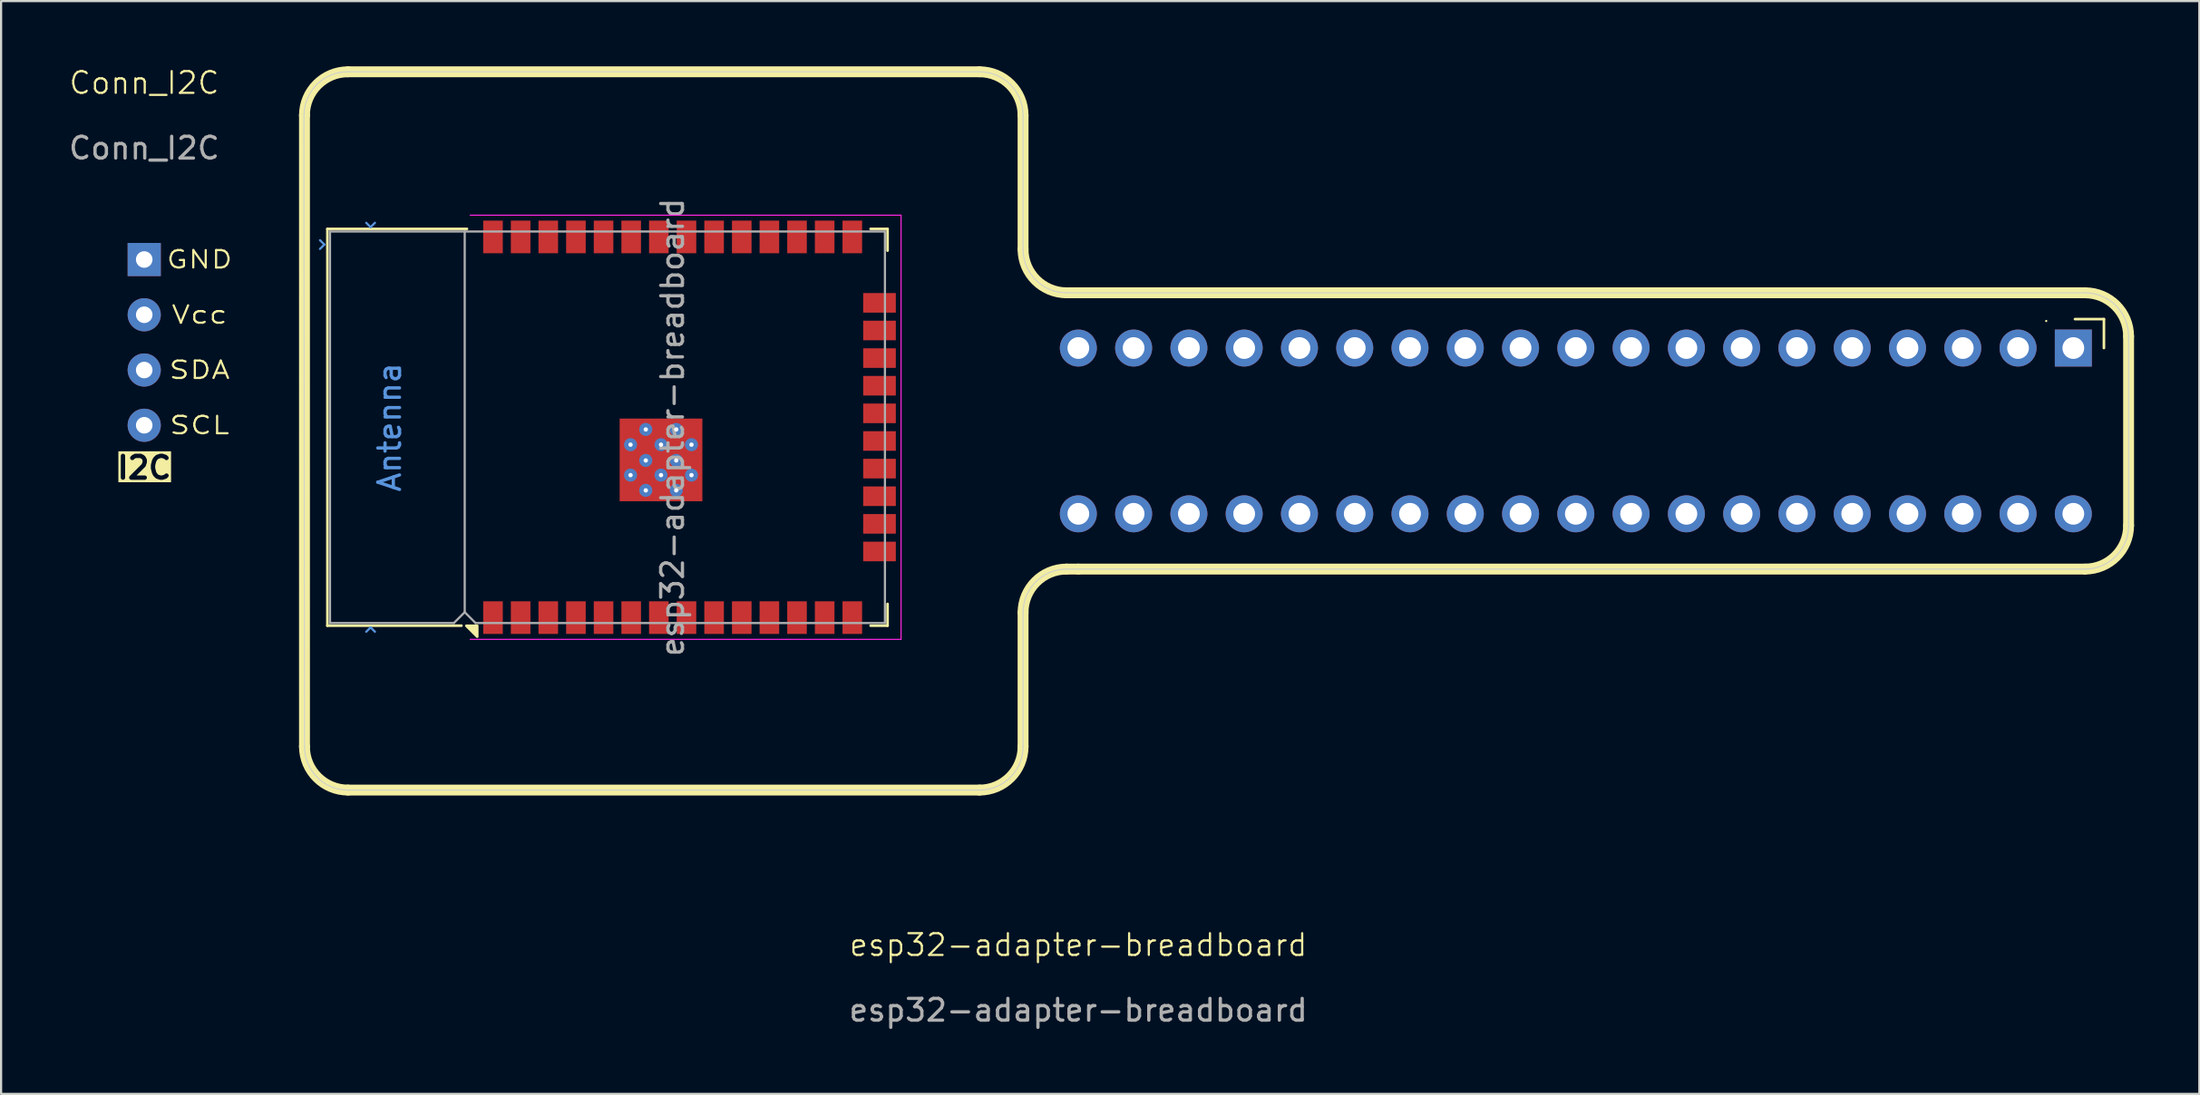
<source format=kicad_pcb>
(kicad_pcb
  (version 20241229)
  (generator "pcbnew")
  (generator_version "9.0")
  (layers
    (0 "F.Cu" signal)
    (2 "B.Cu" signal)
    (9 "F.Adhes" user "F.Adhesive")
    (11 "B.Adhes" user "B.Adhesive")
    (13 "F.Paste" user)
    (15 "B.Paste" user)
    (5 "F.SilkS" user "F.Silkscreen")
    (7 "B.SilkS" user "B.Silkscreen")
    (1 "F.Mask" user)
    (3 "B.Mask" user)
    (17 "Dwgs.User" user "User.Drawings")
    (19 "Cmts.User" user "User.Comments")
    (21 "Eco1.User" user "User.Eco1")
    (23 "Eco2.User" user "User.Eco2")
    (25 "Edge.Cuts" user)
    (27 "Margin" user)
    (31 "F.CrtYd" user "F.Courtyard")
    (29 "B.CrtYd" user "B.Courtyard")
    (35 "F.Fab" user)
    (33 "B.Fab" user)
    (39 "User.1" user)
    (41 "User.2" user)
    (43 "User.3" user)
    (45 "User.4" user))
  (footprint "Conn_I2C"
    (layer "F.Cu")
    (at 3.577 1.26)
    (property "Reference" "Conn_I2C" (at 0 -0.5 0) (unlocked yes) (layer "F.SilkS") (effects (font (size 1 1) (thickness 0.1))))
    (attr through_hole)
    (fp_text user "I2C" (at 0 17.78 0) (unlocked yes) (layer "F.SilkS" knockout) (effects (font (size 1 1) (thickness 0.2) (bold yes)) (justify bottom)))
    (fp_text user "Vcc" (at 2.54 10.16 0) (unlocked yes) (layer "F.SilkS") (effects (font (size 0.8 1) (thickness 0.1))))
    (fp_text user "SDA" (at 2.54 12.7 0) (unlocked yes) (layer "F.SilkS") (effects (font (size 0.8 1) (thickness 0.1))))
    (fp_text user "SCL" (at 2.54 15.24 0) (unlocked yes) (layer "F.SilkS") (effects (font (size 0.8 1) (thickness 0.1))))
    (fp_text user "GND" (at 2.54 7.62 0) (unlocked yes) (layer "F.SilkS") (effects (font (size 0.8 1) (thickness 0.1))))
    (fp_text user "${REFERENCE}" (at 0 2.5 0) (unlocked yes) (layer "F.Fab") (effects (font (size 1 1) (thickness 0.15))))
    (pad "GND" thru_hole rect (at 0 7.62) (size 1.524 1.524) (drill 0.762) (layers "*.Cu" "*.Mask"))
    (pad "SCL" thru_hole circle (at 0 15.24) (size 1.524 1.524) (drill 0.762) (layers "*.Cu" "*.Mask"))
    (pad "SDA" thru_hole circle (at 0 12.7) (size 1.524 1.524) (drill 0.762) (layers "*.Cu" "*.Mask"))
    (pad "Vcc" thru_hole circle (at 0 10.16) (size 1.524 1.524) (drill 0.762) (layers "*.Cu" "*.Mask")))
  (footprint "esp32-adapter-breadboard"
    (layer "F.Cu")
    (at 61.69 36.369)
    (property "Reference" "esp32-adapter-breadboard" (at -15.189 4.021 0) (unlocked yes) (layer "F.SilkS") (effects (font (size 1 1) (thickness 0.1))))
    (attr through_hole)
    (fp_line (start -50.749 -34.119) (end -50.749 -5.099) (stroke (width 0.5) (type default)) (layer "F.SilkS"))
    (fp_line (start -49.696 -28.897) (end -43.281 -28.897) (stroke (width 0.12) (type solid)) (layer "F.SilkS"))
    (fp_line (start -49.696 -10.657) (end -49.696 -28.897) (stroke (width 0.12) (type solid)) (layer "F.SilkS"))
    (fp_line (start -49.696 -10.657) (end -43.536 -10.657) (stroke (width 0.12) (type solid)) (layer "F.SilkS"))
    (fp_line (start -48.749 -3.099) (end -19.729 -3.099) (stroke (width 0.5) (type default)) (layer "F.SilkS"))
    (fp_line (start -24.736 -28.897) (end -23.956 -28.897) (stroke (width 0.12) (type solid)) (layer "F.SilkS"))
    (fp_line (start -24.736 -10.657) (end -23.956 -10.657) (stroke (width 0.12) (type solid)) (layer "F.SilkS"))
    (fp_line (start -23.956 -28.897) (end -23.956 -27.897) (stroke (width 0.12) (type solid)) (layer "F.SilkS"))
    (fp_line (start -23.956 -10.657) (end -23.956 -11.657) (stroke (width 0.12) (type solid)) (layer "F.SilkS"))
    (fp_line (start -19.729 -36.119) (end -48.749 -36.119) (stroke (width 0.5) (type default)) (layer "F.SilkS"))
    (fp_line (start -17.729 -27.959) (end -17.729 -34.119) (stroke (width 0.5) (type default)) (layer "F.SilkS"))
    (fp_line (start -17.729 -5.099) (end -17.729 -11.259) (stroke (width 0.5) (type default)) (layer "F.SilkS"))
    (fp_line (start -15.729 -13.259) (end -15.189 -13.259) (stroke (width 0.5) (type default)) (layer "F.SilkS"))
    (fp_line (start -15.189 -13.259) (end 31.071 -13.259) (stroke (width 0.5) (type default)) (layer "F.SilkS"))
    (fp_line (start 29.286 -24.663) (end 29.286 -24.663) (stroke (width 0.1) (type default)) (layer "F.SilkS"))
    (fp_line (start 30.607 -24.749) (end 31.937 -24.749) (stroke (width 0.12) (type solid)) (layer "F.SilkS"))
    (fp_line (start 31.071 -25.959) (end -15.729 -25.959) (stroke (width 0.5) (type default)) (layer "F.SilkS"))
    (fp_line (start 31.937 -24.749) (end 31.937 -23.419) (stroke (width 0.12) (type solid)) (layer "F.SilkS"))
    (fp_line (start 33.071 -15.259) (end 33.071 -23.959) (stroke (width 0.5) (type default)) (layer "F.SilkS"))
    (fp_arc (start -50.7492 -34.1188) (mid -50.163414 -35.533014) (end -48.7492 -36.1188) (stroke (width 0.5) (type default)) (layer "F.SilkS"))
    (fp_arc (start -48.7492 -3.0988) (mid -50.163414 -3.684586) (end -50.7492 -5.0988) (stroke (width 0.5) (type default)) (layer "F.SilkS"))
    (fp_arc (start -19.7292 -36.1188) (mid -18.314986 -35.533014) (end -17.7292 -34.1188) (stroke (width 0.5) (type default)) (layer "F.SilkS"))
    (fp_arc (start -17.7292 -11.2588) (mid -17.143414 -12.673014) (end -15.7292 -13.2588) (stroke (width 0.5) (type default)) (layer "F.SilkS"))
    (fp_arc (start -17.7292 -5.0988) (mid -18.314986 -3.684586) (end -19.7292 -3.0988) (stroke (width 0.5) (type default)) (layer "F.SilkS"))
    (fp_arc (start -15.7292 -25.9588) (mid -17.143414 -26.544586) (end -17.7292 -27.9588) (stroke (width 0.5) (type default)) (layer "F.SilkS"))
    (fp_arc (start 31.0708 -25.9588) (mid 32.485014 -25.373014) (end 33.0708 -23.9588) (stroke (width 0.5) (type default)) (layer "F.SilkS"))
    (fp_arc (start 33.0708 -15.2588) (mid 32.485014 -13.844586) (end 31.0708 -13.2588) (stroke (width 0.5) (type default)) (layer "F.SilkS"))
    (fp_poly (pts (xy -42.811 -10.652) (xy -42.811 -10.152) (xy -43.311 -10.652) (xy -42.811 -10.652)) (stroke (width 0.12) (type solid)) (fill yes) (layer "F.SilkS"))
    (fp_line (start -49.836 -28.177) (end -50.036 -28.377) (stroke (width 0.1) (type solid)) (layer "Cmts.User"))
    (fp_line (start -49.836 -28.177) (end -50.036 -27.977) (stroke (width 0.1) (type solid)) (layer "Cmts.User"))
    (fp_line (start -47.711 -28.977) (end -47.911 -29.177) (stroke (width 0.1) (type solid)) (layer "Cmts.User"))
    (fp_line (start -47.711 -28.977) (end -47.511 -29.177) (stroke (width 0.1) (type solid)) (layer "Cmts.User"))
    (fp_line (start -47.711 -10.577) (end -47.911 -10.377) (stroke (width 0.1) (type solid)) (layer "Cmts.User"))
    (fp_line (start -47.711 -10.577) (end -47.511 -10.377) (stroke (width 0.1) (type solid)) (layer "Cmts.User"))
    (fp_line (start -50.775 -33.535) (end -50.749 -5.099) (stroke (width 0.05) (type default)) (layer "Edge.Cuts"))
    (fp_line (start -50.769 -34.138) (end -50.775 -33.535) (stroke (width 0.05) (type default)) (layer "Edge.Cuts"))
    (fp_line (start -48.749 -3.099) (end -19.729 -3.099) (stroke (width 0.05) (type default)) (layer "Edge.Cuts"))
    (fp_line (start -48.209 -36.119) (end -48.769 -36.119) (stroke (width 0.05) (type default)) (layer "Edge.Cuts"))
    (fp_line (start -20.269 -36.119) (end -48.209 -36.119) (stroke (width 0.05) (type default)) (layer "Edge.Cuts"))
    (fp_line (start -19.729 -36.119) (end -20.269 -36.119) (stroke (width 0.05) (type default)) (layer "Edge.Cuts"))
    (fp_line (start -17.729 -27.959) (end -17.729 -34.119) (stroke (width 0.05) (type default)) (layer "Edge.Cuts"))
    (fp_line (start -17.729 -5.099) (end -17.729 -11.259) (stroke (width 0.05) (type default)) (layer "Edge.Cuts"))
    (fp_line (start 31.071 -25.959) (end -15.729 -25.959) (stroke (width 0.05) (type default)) (layer "Edge.Cuts"))
    (fp_line (start 31.071 -13.259) (end -15.729 -13.259) (stroke (width 0.05) (type default)) (layer "Edge.Cuts"))
    (fp_line (start 33.071 -15.259) (end 33.071 -23.959) (stroke (width 0.05) (type default)) (layer "Edge.Cuts"))
    (fp_arc (start -50.768665 -34.138457) (mid -50.176008 -35.539946) (end -48.768761 -36.1188) (stroke (width 0.05) (type default)) (layer "Edge.Cuts"))
    (fp_arc (start -48.7492 -3.0988) (mid -50.163414 -3.684586) (end -50.7492 -5.0988) (stroke (width 0.05) (type default)) (layer "Edge.Cuts"))
    (fp_arc (start -19.7292 -36.1188) (mid -18.314986 -35.533014) (end -17.7292 -34.1188) (stroke (width 0.05) (type default)) (layer "Edge.Cuts"))
    (fp_arc (start -17.7292 -11.2588) (mid -17.143414 -12.673014) (end -15.7292 -13.2588) (stroke (width 0.05) (type default)) (layer "Edge.Cuts"))
    (fp_arc (start -17.7292 -5.0988) (mid -18.314986 -3.684586) (end -19.7292 -3.0988) (stroke (width 0.05) (type default)) (layer "Edge.Cuts"))
    (fp_arc (start -15.7292 -25.9588) (mid -17.143414 -26.544586) (end -17.7292 -27.9588) (stroke (width 0.05) (type default)) (layer "Edge.Cuts"))
    (fp_arc (start 31.0708 -25.9588) (mid 32.485014 -25.373014) (end 33.0708 -23.9588) (stroke (width 0.05) (type default)) (layer "Edge.Cuts"))
    (fp_arc (start 33.0708 -15.2588) (mid 32.485014 -13.844586) (end 31.0708 -13.2588) (stroke (width 0.05) (type default)) (layer "Edge.Cuts"))
    (fp_line (start -43.136 -29.527) (end -23.336 -29.527) (stroke (width 0.05) (type solid)) (layer "F.CrtYd"))
    (fp_line (start -23.336 -10.027) (end -43.136 -10.027) (stroke (width 0.05) (type solid)) (layer "F.CrtYd"))
    (fp_line (start -23.336 -10.027) (end -23.336 -29.527) (stroke (width 0.05) (type solid)) (layer "F.CrtYd"))
    (fp_line (start -49.576 -10.777) (end -49.576 -28.777) (stroke (width 0.1) (type solid)) (layer "F.Fab"))
    (fp_line (start -49.576 -10.777) (end -43.886 -10.777) (stroke (width 0.1) (type solid)) (layer "F.Fab"))
    (fp_line (start -43.386 -11.277) (end -43.886 -10.777) (stroke (width 0.1) (type solid)) (layer "F.Fab"))
    (fp_line (start -43.386 -11.277) (end -43.386 -28.777) (stroke (width 0.1) (type solid)) (layer "F.Fab"))
    (fp_line (start -42.886 -10.777) (end -43.386 -11.277) (stroke (width 0.1) (type solid)) (layer "F.Fab"))
    (fp_line (start -42.886 -10.777) (end -24.076 -10.777) (stroke (width 0.1) (type solid)) (layer "F.Fab"))
    (fp_line (start -24.076 -28.777) (end -49.576 -28.777) (stroke (width 0.1) (type solid)) (layer "F.Fab"))
    (fp_line (start -24.076 -10.777) (end -24.076 -28.777) (stroke (width 0.1) (type solid)) (layer "F.Fab"))
    (fp_text user "Antenna" (at -46.836 -19.777 90) (layer "Cmts.User") (effects (font (size 1 1) (thickness 0.15))))
    (fp_text user "${REFERENCE}" (at -15.189 7.021 0) (unlocked yes) (layer "F.Fab") (effects (font (size 1 1) (thickness 0.15))))
    (fp_text user "${REFERENCE}" (at -33.836 -19.777 90) (layer "F.Fab") (effects (font (size 1 1) (thickness 0.15))))
    (pad "1" smd rect (at -42.086 -11.027 90) (size 1.5 0.9) (layers "F.Cu" "F.Mask" "F.Paste"))
    (pad "1" thru_hole rect (at 30.531 -23.419 270) (size 1.7 1.7) (drill 1) (layers "*.Cu" "*.Mask"))
    (pad "2" smd rect (at -40.816 -11.027 90) (size 1.5 0.9) (layers "F.Cu" "F.Mask" "F.Paste"))
    (pad "2" thru_hole oval (at 27.991 -23.419) (size 1.7 1.7) (drill 1) (layers "*.Cu" "*.Mask"))
    (pad "3" smd rect (at -39.546 -11.027 90) (size 1.5 0.9) (layers "F.Cu" "F.Mask" "F.Paste"))
    (pad "3" thru_hole oval (at 25.451 -23.419) (size 1.7 1.7) (drill 1) (layers "*.Cu" "*.Mask"))
    (pad "4" smd rect (at -38.276 -11.027 90) (size 1.5 0.9) (layers "F.Cu" "F.Mask" "F.Paste"))
    (pad "4" thru_hole oval (at 22.911 -23.419) (size 1.7 1.7) (drill 1) (layers "*.Cu" "*.Mask"))
    (pad "5" smd rect (at -37.006 -11.027 90) (size 1.5 0.9) (layers "F.Cu" "F.Mask" "F.Paste"))
    (pad "5" thru_hole oval (at 20.371 -23.419) (size 1.7 1.7) (drill 1) (layers "*.Cu" "*.Mask"))
    (pad "6" smd rect (at -35.736 -11.027 90) (size 1.5 0.9) (layers "F.Cu" "F.Mask" "F.Paste"))
    (pad "6" thru_hole oval (at 17.831 -23.419) (size 1.7 1.7) (drill 1) (layers "*.Cu" "*.Mask"))
    (pad "7" smd rect (at -34.466 -11.027 90) (size 1.5 0.9) (layers "F.Cu" "F.Mask" "F.Paste"))
    (pad "7" thru_hole oval (at 15.291 -23.419) (size 1.7 1.7) (drill 1) (layers "*.Cu" "*.Mask"))
    (pad "8" smd rect (at -33.196 -11.027 90) (size 1.5 0.9) (layers "F.Cu" "F.Mask" "F.Paste"))
    (pad "8" thru_hole oval (at 12.751 -23.419) (size 1.7 1.7) (drill 1) (layers "*.Cu" "*.Mask"))
    (pad "9" smd rect (at -31.926 -11.027 90) (size 1.5 0.9) (layers "F.Cu" "F.Mask" "F.Paste"))
    (pad "9" thru_hole oval (at 10.211 -23.419) (size 1.7 1.7) (drill 1) (layers "*.Cu" "*.Mask"))
    (pad "10" smd rect (at -30.656 -11.027 90) (size 1.5 0.9) (layers "F.Cu" "F.Mask" "F.Paste"))
    (pad "10" thru_hole oval (at 7.671 -23.419) (size 1.7 1.7) (drill 1) (layers "*.Cu" "*.Mask"))
    (pad "11" smd rect (at -29.386 -11.027 90) (size 1.5 0.9) (layers "F.Cu" "F.Mask" "F.Paste"))
    (pad "11" thru_hole oval (at 5.131 -23.419) (size 1.7 1.7) (drill 1) (layers "*.Cu" "*.Mask"))
    (pad "12" smd rect (at -28.116 -11.027 90) (size 1.5 0.9) (layers "F.Cu" "F.Mask" "F.Paste"))
    (pad "12" thru_hole oval (at 2.591 -23.419) (size 1.7 1.7) (drill 1) (layers "*.Cu" "*.Mask"))
    (pad "13" smd rect (at -26.846 -11.027 90) (size 1.5 0.9) (layers "F.Cu" "F.Mask" "F.Paste"))
    (pad "13" thru_hole oval (at 0.051 -23.419) (size 1.7 1.7) (drill 1) (layers "*.Cu" "*.Mask"))
    (pad "14" smd rect (at -25.576 -11.027 90) (size 1.5 0.9) (layers "F.Cu" "F.Mask" "F.Paste"))
    (pad "14" thru_hole oval (at -2.489 -23.419) (size 1.7 1.7) (drill 1) (layers "*.Cu" "*.Mask"))
    (pad "15" smd rect (at -24.326 -14.067 180) (size 1.5 0.9) (layers "F.Cu" "F.Mask" "F.Paste"))
    (pad "15" thru_hole oval (at -5.029 -23.419) (size 1.7 1.7) (drill 1) (layers "*.Cu" "*.Mask"))
    (pad "16" smd rect (at -24.326 -15.337 180) (size 1.5 0.9) (layers "F.Cu" "F.Mask" "F.Paste"))
    (pad "16" thru_hole oval (at -7.569 -23.419) (size 1.7 1.7) (drill 1) (layers "*.Cu" "*.Mask"))
    (pad "17" smd rect (at -24.326 -16.607 180) (size 1.5 0.9) (layers "F.Cu" "F.Mask" "F.Paste"))
    (pad "17" thru_hole oval (at -10.109 -23.419) (size 1.7 1.7) (drill 1) (layers "*.Cu" "*.Mask"))
    (pad "18" smd rect (at -24.326 -17.877 180) (size 1.5 0.9) (layers "F.Cu" "F.Mask" "F.Paste"))
    (pad "18" thru_hole oval (at -12.649 -23.419) (size 1.7 1.7) (drill 1) (layers "*.Cu" "*.Mask"))
    (pad "19" smd rect (at -24.326 -19.147 180) (size 1.5 0.9) (layers "F.Cu" "F.Mask" "F.Paste"))
    (pad "19" thru_hole oval (at -15.189 -23.419) (size 1.7 1.7) (drill 1) (layers "*.Cu" "*.Mask"))
    (pad "20" smd rect (at -24.326 -20.417 180) (size 1.5 0.9) (layers "F.Cu" "F.Mask" "F.Paste"))
    (pad "20" thru_hole oval (at -15.189 -15.799) (size 1.7 1.7) (drill 1) (layers "*.Cu" "*.Mask"))
    (pad "21" smd rect (at -24.326 -21.687 180) (size 1.5 0.9) (layers "F.Cu" "F.Mask" "F.Paste"))
    (pad "21" thru_hole oval (at -12.649 -15.799) (size 1.7 1.7) (drill 1) (layers "*.Cu" "*.Mask"))
    (pad "22" smd rect (at -24.326 -22.957 180) (size 1.5 0.9) (layers "F.Cu" "F.Mask" "F.Paste"))
    (pad "22" thru_hole oval (at -10.109 -15.799) (size 1.7 1.7) (drill 1) (layers "*.Cu" "*.Mask"))
    (pad "23" smd rect (at -24.326 -24.227 180) (size 1.5 0.9) (layers "F.Cu" "F.Mask" "F.Paste"))
    (pad "23" thru_hole oval (at -7.569 -15.799) (size 1.7 1.7) (drill 1) (layers "*.Cu" "*.Mask"))
    (pad "24" smd rect (at -24.326 -25.497 180) (size 1.5 0.9) (layers "F.Cu" "F.Mask" "F.Paste"))
    (pad "24" thru_hole oval (at -5.029 -15.799) (size 1.7 1.7) (drill 1) (layers "*.Cu" "*.Mask"))
    (pad "25" smd rect (at -25.576 -28.527 90) (size 1.5 0.9) (layers "F.Cu" "F.Mask" "F.Paste"))
    (pad "25" thru_hole oval (at -2.489 -15.799) (size 1.7 1.7) (drill 1) (layers "*.Cu" "*.Mask"))
    (pad "26" smd rect (at -26.846 -28.527 90) (size 1.5 0.9) (layers "F.Cu" "F.Mask" "F.Paste"))
    (pad "26" thru_hole oval (at 0.051 -15.799) (size 1.7 1.7) (drill 1) (layers "*.Cu" "*.Mask"))
    (pad "27" smd rect (at -28.116 -28.527 90) (size 1.5 0.9) (layers "F.Cu" "F.Mask" "F.Paste"))
    (pad "27" thru_hole oval (at 2.591 -15.799) (size 1.7 1.7) (drill 1) (layers "*.Cu" "*.Mask"))
    (pad "28" smd rect (at -29.386 -28.527 90) (size 1.5 0.9) (layers "F.Cu" "F.Mask" "F.Paste"))
    (pad "28" thru_hole oval (at 5.131 -15.799) (size 1.7 1.7) (drill 1) (layers "*.Cu" "*.Mask"))
    (pad "29" smd rect (at -30.656 -28.527 90) (size 1.5 0.9) (layers "F.Cu" "F.Mask" "F.Paste"))
    (pad "29" thru_hole oval (at 7.671 -15.799) (size 1.7 1.7) (drill 1) (layers "*.Cu" "*.Mask"))
    (pad "30" smd rect (at -31.926 -28.527 90) (size 1.5 0.9) (layers "F.Cu" "F.Mask" "F.Paste"))
    (pad "30" thru_hole oval (at 10.211 -15.799) (size 1.7 1.7) (drill 1) (layers "*.Cu" "*.Mask"))
    (pad "31" smd rect (at -33.196 -28.527 90) (size 1.5 0.9) (layers "F.Cu" "F.Mask" "F.Paste"))
    (pad "31" thru_hole oval (at 12.751 -15.799) (size 1.7 1.7) (drill 1) (layers "*.Cu" "*.Mask"))
    (pad "32" smd rect (at -34.466 -28.527 90) (size 1.5 0.9) (layers "F.Cu" "F.Mask" "F.Paste"))
    (pad "32" thru_hole oval (at 15.291 -15.799) (size 1.7 1.7) (drill 1) (layers "*.Cu" "*.Mask"))
    (pad "33" smd rect (at -35.736 -28.527 90) (size 1.5 0.9) (layers "F.Cu" "F.Mask" "F.Paste"))
    (pad "33" thru_hole oval (at 17.831 -15.799) (size 1.7 1.7) (drill 1) (layers "*.Cu" "*.Mask"))
    (pad "34" smd rect (at -37.006 -28.527 90) (size 1.5 0.9) (layers "F.Cu" "F.Mask" "F.Paste"))
    (pad "34" thru_hole oval (at 20.371 -15.799) (size 1.7 1.7) (drill 1) (layers "*.Cu" "*.Mask"))
    (pad "35" smd rect (at -38.276 -28.527 90) (size 1.5 0.9) (layers "F.Cu" "F.Mask" "F.Paste"))
    (pad "35" thru_hole oval (at 22.911 -15.799) (size 1.7 1.7) (drill 1) (layers "*.Cu" "*.Mask"))
    (pad "36" smd rect (at -39.546 -28.527 90) (size 1.5 0.9) (layers "F.Cu" "F.Mask" "F.Paste"))
    (pad "36" thru_hole oval (at 25.451 -15.799) (size 1.7 1.7) (drill 1) (layers "*.Cu" "*.Mask"))
    (pad "37" smd rect (at -40.816 -28.527 90) (size 1.5 0.9) (layers "F.Cu" "F.Mask" "F.Paste"))
    (pad "37" thru_hole oval (at 27.991 -15.799) (size 1.7 1.7) (drill 1) (layers "*.Cu" "*.Mask"))
    (pad "38" smd rect (at -42.086 -28.527 90) (size 1.5 0.9) (layers "F.Cu" "F.Mask" "F.Paste"))
    (pad "38" thru_hole oval (at 30.531 -15.799) (size 1.7 1.7) (drill 1) (layers "*.Cu" "*.Mask"))
    (pad "39" smd rect (at -35.766 -19.677 90) (size 0.9 0.9) (layers "F.Cu" "F.Paste"))
    (pad "39" thru_hole circle (at -35.766 -18.977 90) (size 0.6 0.6) (drill 0.2) (property pad_prop_heatsink) (layers "*.Cu" "F.Mask"))
    (pad "39" smd rect (at -35.766 -18.277 90) (size 0.9 0.9) (layers "F.Cu" "F.Paste"))
    (pad "39" thru_hole circle (at -35.766 -17.577 90) (size 0.6 0.6) (drill 0.2) (property pad_prop_heatsink) (layers "*.Cu" "F.Mask"))
    (pad "39" smd rect (at -35.766 -16.877 90) (size 0.9 0.9) (layers "F.Cu" "F.Paste"))
    (pad "39" thru_hole circle (at -35.066 -19.677 90) (size 0.6 0.6) (drill 0.2) (property pad_prop_heatsink) (layers "*.Cu" "F.Mask"))
    (pad "39" thru_hole circle (at -35.066 -18.252 90) (size 0.6 0.6) (drill 0.2) (property pad_prop_heatsink) (layers "*.Cu" "F.Mask"))
    (pad "39" thru_hole circle (at -35.066 -16.877 90) (size 0.6 0.6) (drill 0.2) (property pad_prop_heatsink) (layers "*.Cu" "F.Mask"))
    (pad "39" smd rect (at -34.366 -19.677 90) (size 0.9 0.9) (layers "F.Cu" "F.Paste"))
    (pad "39" thru_hole circle (at -34.366 -18.977 90) (size 0.6 0.6) (drill 0.2) (property pad_prop_heatsink) (layers "*.Cu" "F.Mask"))
    (pad "39" smd rect (at -34.366 -18.277 90) (size 0.9 0.9) (layers "F.Cu" "F.Paste"))
    (pad "39" smd rect (at -34.366 -18.277 90) (size 3.8 3.8) (layers "F.Cu" "F.Mask"))
    (pad "39" thru_hole circle (at -34.366 -17.577 90) (size 0.6 0.6) (drill 0.2) (property pad_prop_heatsink) (layers "*.Cu" "F.Mask"))
    (pad "39" smd rect (at -34.366 -16.877 90) (size 0.9 0.9) (layers "F.Cu" "F.Paste"))
    (pad "39" thru_hole circle (at -33.666 -19.677 90) (size 0.6 0.6) (drill 0.2) (property pad_prop_heatsink) (layers "*.Cu" "F.Mask"))
    (pad "39" thru_hole circle (at -33.666 -18.252 90) (size 0.6 0.6) (drill 0.2) (property pad_prop_heatsink) (layers "*.Cu" "F.Mask"))
    (pad "39" thru_hole circle (at -33.666 -16.877 90) (size 0.6 0.6) (drill 0.2) (property pad_prop_heatsink) (layers "*.Cu" "F.Mask"))
    (pad "39" smd rect (at -32.966 -19.677 90) (size 0.9 0.9) (layers "F.Cu" "F.Paste"))
    (pad "39" thru_hole circle (at -32.966 -18.977 90) (size 0.6 0.6) (drill 0.2) (property pad_prop_heatsink) (layers "*.Cu" "F.Mask"))
    (pad "39" smd rect (at -32.966 -18.277 90) (size 0.9 0.9) (layers "F.Cu" "F.Paste"))
    (pad "39" thru_hole circle (at -32.966 -17.577 90) (size 0.6 0.6) (drill 0.2) (property pad_prop_heatsink) (layers "*.Cu" "F.Mask"))
    (pad "39" smd rect (at -32.966 -16.877 90) (size 0.9 0.9) (layers "F.Cu" "F.Paste")))
  (gr_rect
    (start -3 -3)
    (end 98.011 47.238)
    (stroke (width 0.1) (type default))
    (fill no)
    (layer "Edge.Cuts")))
</source>
